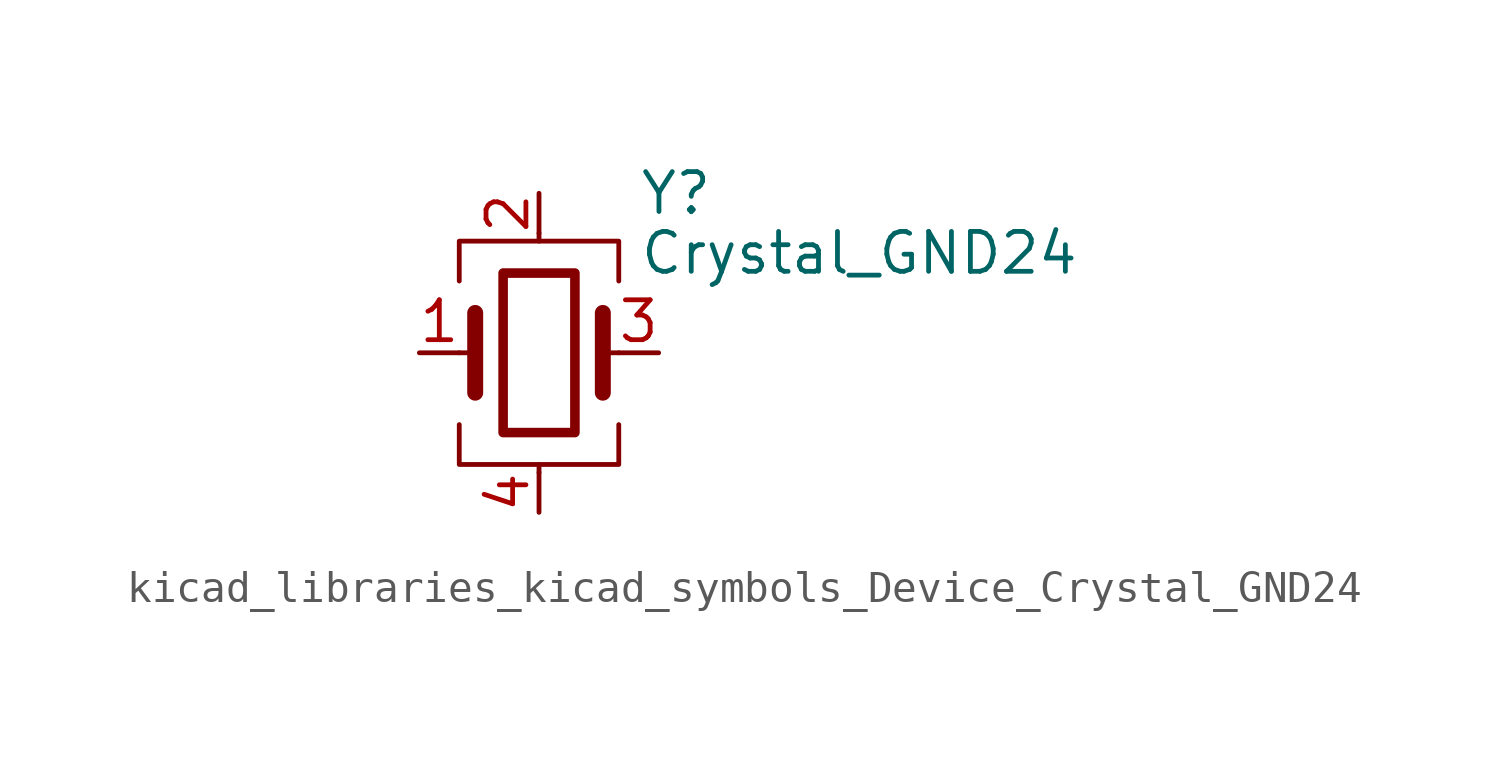
<source format=kicad_sym>
(kicad_symbol_lib
  (version 20220914)
  (generator kicad_symbol_editor)
  (symbol "kicad_libraries_kicad_symbols_Device_Crystal_GND24"
    (pin_names
      (offset 1.016) hide)
    (property "Reference" "Y"
      (at 3.175 5.08 0)
      (effects (font (size 1.27 1.27)) (justify left)))
    (property "Value" "Crystal_GND24"
      (at 3.175 3.175 0)
      (effects (font (size 1.27 1.27)) (justify left)))
    (symbol "kicad_libraries_kicad_symbols_Device_Crystal_GND24_0_1"
      (rectangle (start -1.143 2.54) (end 1.143 -2.54) (stroke (width 0.305) (type default)) (fill (type none)))
      (polyline (pts (xy -2.54 0) (xy -2.032 0)) (stroke (width 0) (type default)) (fill (type none)))
      (polyline (pts (xy -2.032 -1.27) (xy -2.032 1.27)) (stroke (width 0.508) (type default)) (fill (type none)))
      (polyline (pts (xy 0 -3.81) (xy 0 -3.556)) (stroke (width 0) (type default)) (fill (type none)))
      (polyline (pts (xy 0 3.556) (xy 0 3.81)) (stroke (width 0) (type default)) (fill (type none)))
      (polyline (pts (xy 2.032 -1.27) (xy 2.032 1.27)) (stroke (width 0.508) (type default)) (fill (type none)))
      (polyline (pts (xy 2.032 0) (xy 2.54 0)) (stroke (width 0) (type default)) (fill (type none)))
      (polyline (pts (xy -2.54 -2.286) (xy -2.54 -3.556) (xy 2.54 -3.556) (xy 2.54 -2.286)) (stroke (width 0) (type default)) (fill (type none)))
      (polyline (pts (xy -2.54 2.286) (xy -2.54 3.556) (xy 2.54 3.556) (xy 2.54 2.286)) (stroke (width 0) (type default)) (fill (type none))))
    (symbol "kicad_libraries_kicad_symbols_Device_Crystal_GND24_1_1"
      (pin passive line (at -3.81 0 0) (length 1.27) (name "1" (effects (font (size 1.27 1.27)))) (number "1" (effects (font (size 1.27 1.27)))))
      (pin passive line (at 0 5.08 270) (length 1.27) (name "2" (effects (font (size 1.27 1.27)))) (number "2" (effects (font (size 1.27 1.27)))))
      (pin passive line (at 3.81 0 180) (length 1.27) (name "3" (effects (font (size 1.27 1.27)))) (number "3" (effects (font (size 1.27 1.27)))))
      (pin passive line (at 0 -5.08 90) (length 1.27) (name "4" (effects (font (size 1.27 1.27)))) (number "4" (effects (font (size 1.27 1.27))))))))
</source>
